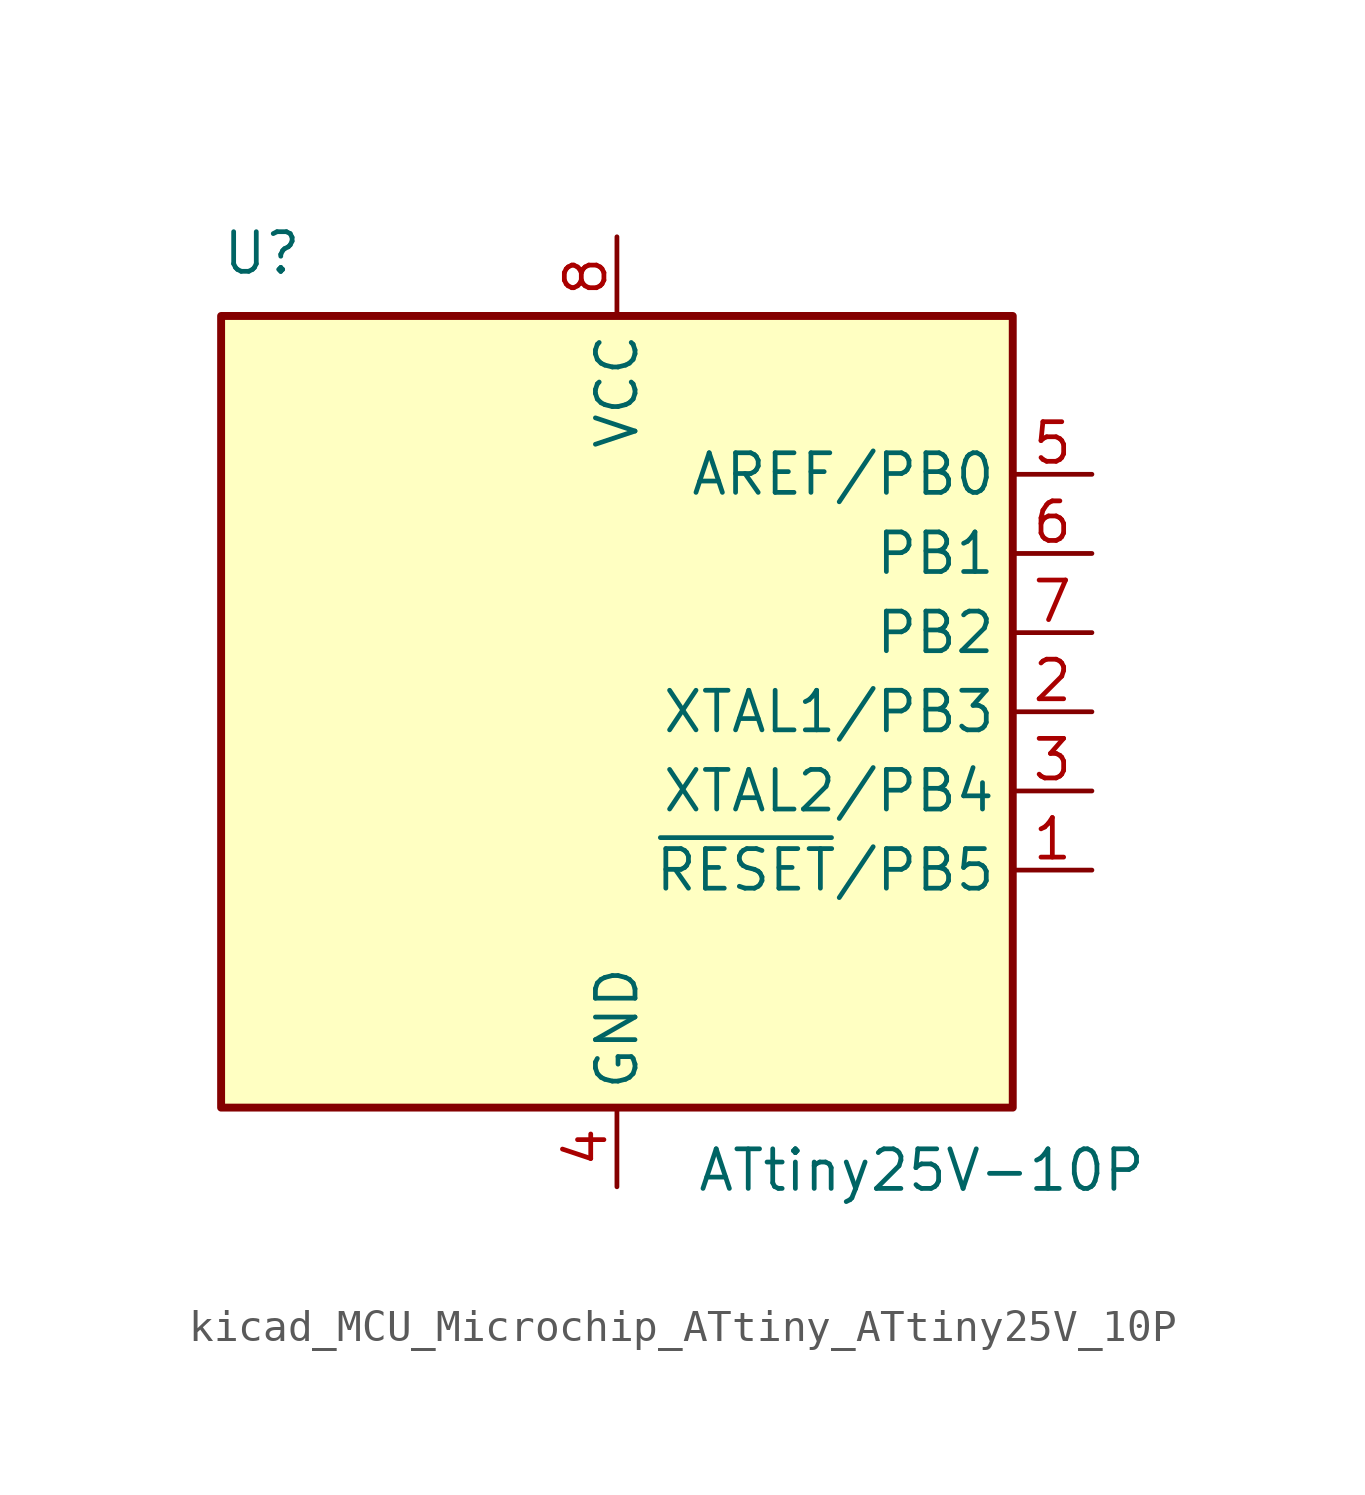
<source format=kicad_sym>
(kicad_symbol_lib
  (version 20220914)
  (generator kicad_symbol_editor)
  (symbol "kicad_MCU_Microchip_ATtiny_ATtiny25V_10P"
    (property "Reference" "U"
      (at -12.7 13.97 0)
      (effects (font (size 1.27 1.27)) (justify left bottom)))
    (property "Value" "ATtiny25V-10P"
      (at 2.54 -13.97 0)
      (effects (font (size 1.27 1.27)) (justify left top)))
    (symbol "kicad_MCU_Microchip_ATtiny_ATtiny25V_10P_0_1"
      (rectangle (start -12.7 -12.7) (end 12.7 12.7) (stroke (width 0.254) (type default)) (fill (type background))))
    (symbol "kicad_MCU_Microchip_ATtiny_ATtiny25V_10P_1_1"
      (pin bidirectional line (at 15.24 -5.08 180) (length 2.54) (name "~{RESET}/PB5" (effects (font (size 1.27 1.27)))) (number "1" (effects (font (size 1.27 1.27)))))
      (pin bidirectional line (at 15.24 0 180) (length 2.54) (name "XTAL1/PB3" (effects (font (size 1.27 1.27)))) (number "2" (effects (font (size 1.27 1.27)))))
      (pin bidirectional line (at 15.24 -2.54 180) (length 2.54) (name "XTAL2/PB4" (effects (font (size 1.27 1.27)))) (number "3" (effects (font (size 1.27 1.27)))))
      (pin power_in line (at 0 -15.24 90) (length 2.54) (name "GND" (effects (font (size 1.27 1.27)))) (number "4" (effects (font (size 1.27 1.27)))))
      (pin bidirectional line (at 15.24 7.62 180) (length 2.54) (name "AREF/PB0" (effects (font (size 1.27 1.27)))) (number "5" (effects (font (size 1.27 1.27)))))
      (pin bidirectional line (at 15.24 5.08 180) (length 2.54) (name "PB1" (effects (font (size 1.27 1.27)))) (number "6" (effects (font (size 1.27 1.27)))))
      (pin bidirectional line (at 15.24 2.54 180) (length 2.54) (name "PB2" (effects (font (size 1.27 1.27)))) (number "7" (effects (font (size 1.27 1.27)))))
      (pin power_in line (at 0 15.24 270) (length 2.54) (name "VCC" (effects (font (size 1.27 1.27)))) (number "8" (effects (font (size 1.27 1.27))))))))
</source>
